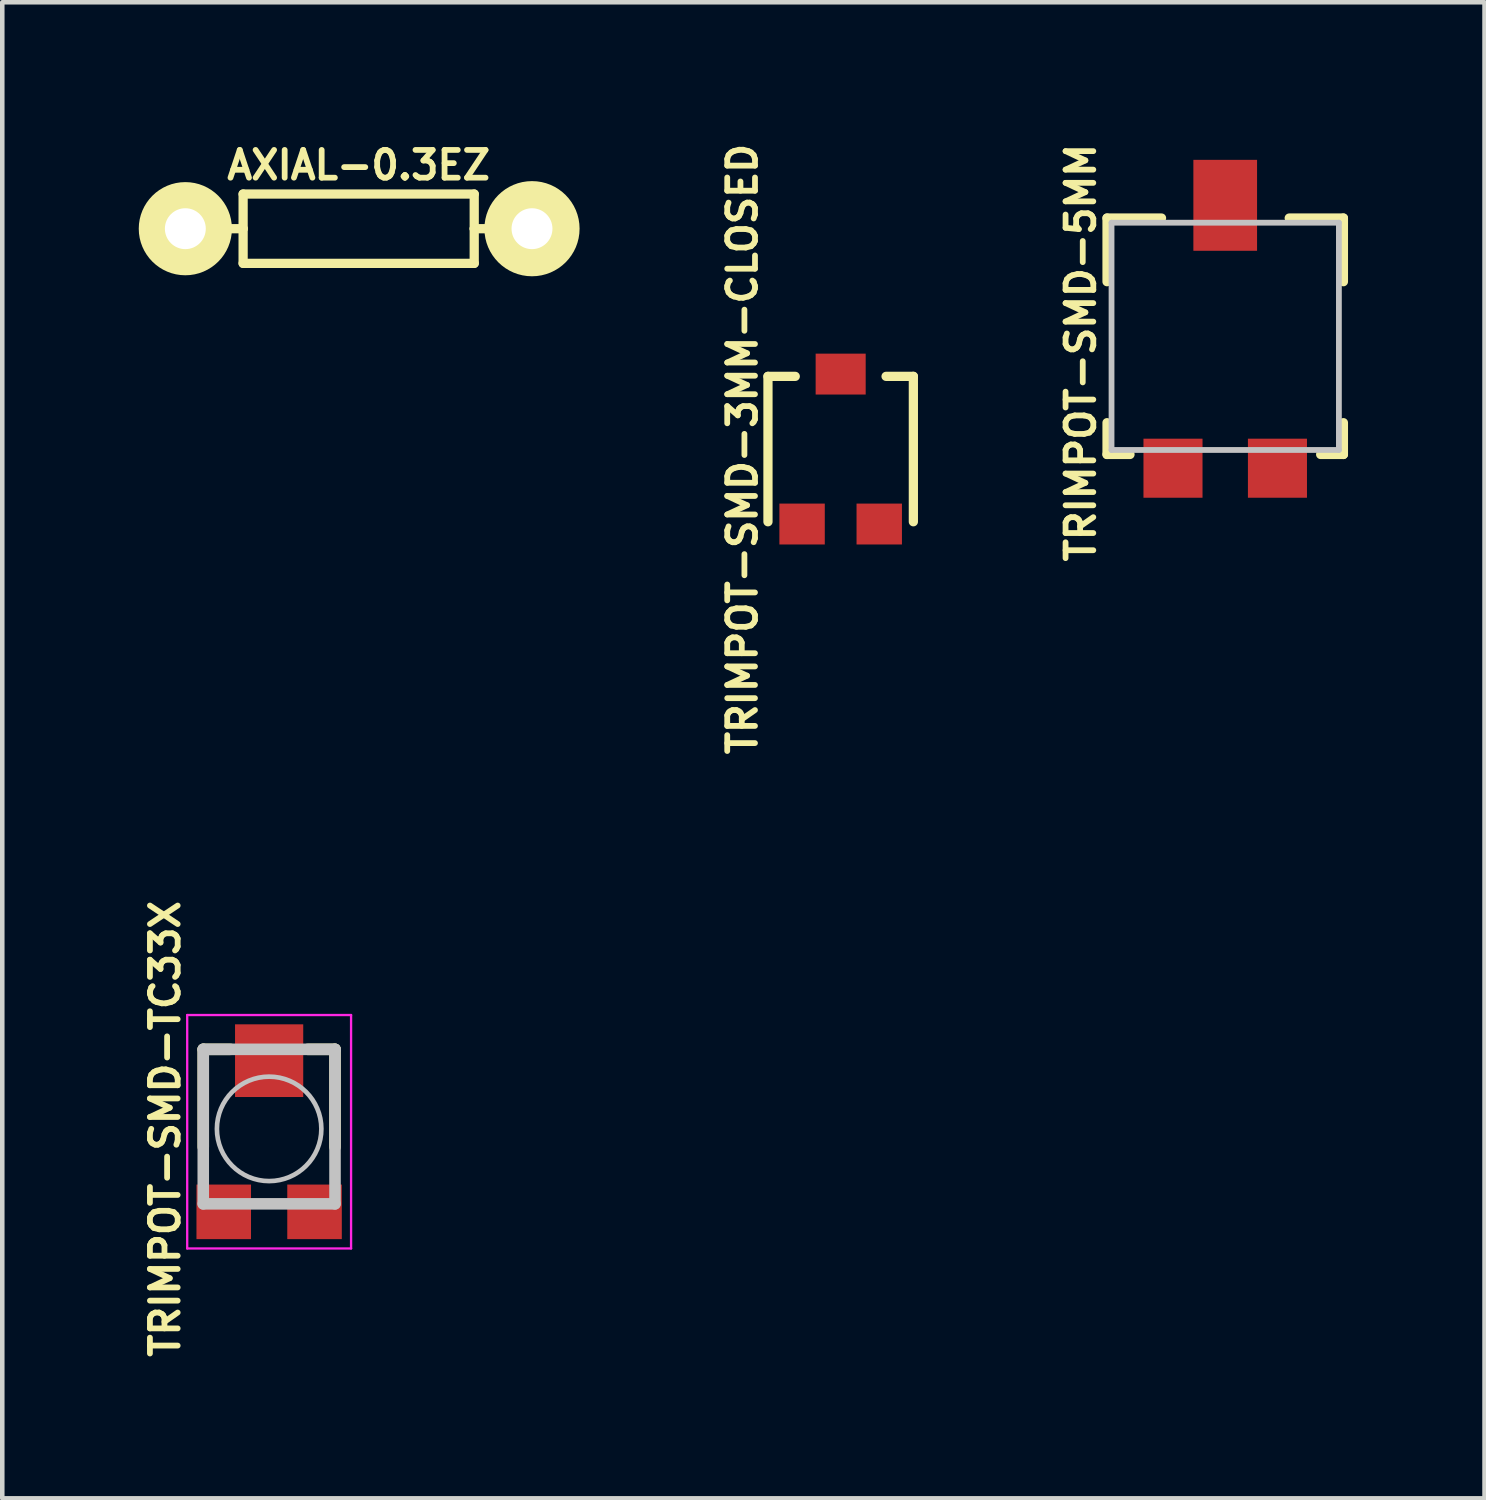
<source format=kicad_pcb>
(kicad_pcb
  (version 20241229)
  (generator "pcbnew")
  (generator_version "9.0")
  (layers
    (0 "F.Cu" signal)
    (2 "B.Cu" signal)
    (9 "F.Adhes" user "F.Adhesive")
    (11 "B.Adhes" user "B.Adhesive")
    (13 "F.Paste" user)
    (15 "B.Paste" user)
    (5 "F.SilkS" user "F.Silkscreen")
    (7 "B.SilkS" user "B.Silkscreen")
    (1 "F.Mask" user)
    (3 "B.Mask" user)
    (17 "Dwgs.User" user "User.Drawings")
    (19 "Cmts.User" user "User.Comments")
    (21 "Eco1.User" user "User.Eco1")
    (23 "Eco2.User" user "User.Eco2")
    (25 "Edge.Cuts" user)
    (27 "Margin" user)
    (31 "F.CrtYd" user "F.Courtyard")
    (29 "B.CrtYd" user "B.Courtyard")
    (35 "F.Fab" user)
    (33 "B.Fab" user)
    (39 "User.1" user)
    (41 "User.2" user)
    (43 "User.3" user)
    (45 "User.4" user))
  (footprint "TRIMPOT-SMD-5MM"
    (layer "F.Cu")
    (at 23.882 4.702)
    (property "Reference" "TRIMPOT-SMD-5MM" (at -3.175 0 90) (layer "F.SilkS") (effects (font (size 0.61 0.61) (thickness 0.127))))
    (attr smd)
    (fp_line (start -2.598 -2.959) (end -2.598 -1.56) (stroke (width 0.203) (type solid)) (layer "F.SilkS"))
    (fp_line (start -2.598 2.238) (end -2.598 1.539) (stroke (width 0.203) (type solid)) (layer "F.SilkS"))
    (fp_line (start -2.093 2.238) (end -2.598 2.238) (stroke (width 0.203) (type solid)) (layer "F.SilkS"))
    (fp_line (start -1.4 -2.959) (end -2.598 -2.959) (stroke (width 0.203) (type solid)) (layer "F.SilkS"))
    (fp_line (start 1.407 -2.959) (end 2.598 -2.959) (stroke (width 0.203) (type solid)) (layer "F.SilkS"))
    (fp_line (start 2.098 2.238) (end 2.598 2.238) (stroke (width 0.203) (type solid)) (layer "F.SilkS"))
    (fp_line (start 2.598 -2.959) (end 2.598 -1.56) (stroke (width 0.203) (type solid)) (layer "F.SilkS"))
    (fp_line (start 2.598 2.238) (end 2.598 1.539) (stroke (width 0.203) (type solid)) (layer "F.SilkS"))
    (fp_line (start -2.499 -2.857) (end 2.499 -2.857) (stroke (width 0.127) (type solid)) (layer "Dwgs.User"))
    (fp_line (start -2.499 2.139) (end -2.499 -2.857) (stroke (width 0.127) (type solid)) (layer "Dwgs.User"))
    (fp_line (start 2.499 -2.857) (end 2.499 2.139) (stroke (width 0.127) (type solid)) (layer "Dwgs.User"))
    (fp_line (start 2.499 2.139) (end -2.499 2.139) (stroke (width 0.127) (type solid)) (layer "Dwgs.User"))
    (pad "A" smd rect (at 1.148 2.54) (size 1.298 1.298) (layers "F.Cu" "F.Mask" "F.Paste"))
    (pad "B" smd rect (at 0 -3.239 270) (size 1.999 1.4) (layers "F.Cu" "F.Mask" "F.Paste"))
    (pad "C" smd rect (at -1.148 2.54) (size 1.298 1.298) (layers "F.Cu" "F.Mask" "F.Paste")))
  (footprint "AXIAL-0.3EZ"
    (layer "F.Cu")
    (at 4.834 1.977)
    (property "Reference" "AXIAL-0.3EZ" (at 0 -1.397 0) (layer "F.SilkS") (effects (font (size 0.61 0.61) (thickness 0.127))))
    (attr exclude_from_pos_files exclude_from_bom)
    (fp_line (start -2.54 -0.762) (end 2.54 -0.762) (stroke (width 0.203) (type solid)) (layer "F.SilkS"))
    (fp_line (start -2.54 0) (end -2.794 0) (stroke (width 0.203) (type solid)) (layer "F.SilkS"))
    (fp_line (start -2.54 0) (end -2.54 -0.762) (stroke (width 0.203) (type solid)) (layer "F.SilkS"))
    (fp_line (start -2.54 0.762) (end -2.54 0) (stroke (width 0.203) (type solid)) (layer "F.SilkS"))
    (fp_line (start 2.54 -0.762) (end 2.54 0) (stroke (width 0.203) (type solid)) (layer "F.SilkS"))
    (fp_line (start 2.54 0) (end 2.54 0.762) (stroke (width 0.203) (type solid)) (layer "F.SilkS"))
    (fp_line (start 2.54 0) (end 2.794 0) (stroke (width 0.203) (type solid)) (layer "F.SilkS"))
    (fp_line (start 2.54 0.762) (end -2.54 0.762) (stroke (width 0.203) (type solid)) (layer "F.SilkS"))
    (fp_circle (center -3.81 0) (end -3.81 -1.024) (stroke (width 0) (type solid)) (fill yes) (layer "F.SilkS"))
    (fp_circle (center -3.81 0) (end -3.81 -0.508) (stroke (width 0) (type solid)) (fill yes) (layer "F.SilkS"))
    (fp_circle (center 3.81 0) (end 3.81 -1.046) (stroke (width 0) (type solid)) (fill yes) (layer "F.SilkS"))
    (fp_circle (center 3.81 0) (end 3.81 -0.523) (stroke (width 0) (type solid)) (fill yes) (layer "F.SilkS"))
    (pad "P$1" thru_hole circle (at -3.81 0) (size 1.88 1.88) (drill 0.899) (layers "*.Cu" "*.Mask"))
    (pad "P$2" thru_hole circle (at 3.81 0) (size 1.88 1.88) (drill 0.899) (layers "*.Cu" "*.Mask")))
  (footprint "TRIMPOT-SMD-TC33X"
    (layer "F.Cu")
    (at 2.866 21.764)
    (property "Reference" "TRIMPOT-SMD-TC33X" (at -2.286 0 90) (layer "F.SilkS") (effects (font (size 0.61 0.61) (thickness 0.127))))
    (attr smd)
    (fp_line (start -1.448 -1.748) (end -0.848 -1.748) (stroke (width 0.254) (type solid)) (layer "F.SilkS"))
    (fp_line (start -1.448 0.399) (end -1.448 -1.748) (stroke (width 0.254) (type solid)) (layer "F.SilkS"))
    (fp_line (start 1.448 -1.748) (end 0.848 -1.748) (stroke (width 0.254) (type solid)) (layer "F.SilkS"))
    (fp_line (start 1.448 0.399) (end 1.448 -1.748) (stroke (width 0.254) (type solid)) (layer "F.SilkS"))
    (fp_line (start -1.448 -1.748) (end -1.448 1.648) (stroke (width 0.254) (type solid)) (layer "Dwgs.User"))
    (fp_line (start -1.448 1.648) (end 1.448 1.648) (stroke (width 0.254) (type solid)) (layer "Dwgs.User"))
    (fp_line (start 1.448 -1.748) (end -1.448 -1.748) (stroke (width 0.254) (type solid)) (layer "Dwgs.User"))
    (fp_line (start 1.448 1.648) (end 1.448 -1.748) (stroke (width 0.254) (type solid)) (layer "Dwgs.User"))
    (fp_circle (center 0 0) (end 0 -1.148) (stroke (width 0.102) (type solid)) (fill no) (layer "Dwgs.User"))
    (fp_line (start -1.801 -2.502) (end 1.801 -2.502) (stroke (width 0.051) (type solid)) (layer "F.CrtYd"))
    (fp_line (start -1.801 2.629) (end -1.801 -2.502) (stroke (width 0.051) (type solid)) (layer "F.CrtYd"))
    (fp_line (start 1.801 -2.502) (end 1.801 2.629) (stroke (width 0.051) (type solid)) (layer "F.CrtYd"))
    (fp_line (start 1.801 2.629) (end -1.801 2.629) (stroke (width 0.051) (type solid)) (layer "F.CrtYd"))
    (pad "1" smd rect (at -0.998 1.824) (size 1.199 1.199) (layers "F.Cu" "F.Mask" "F.Paste"))
    (pad "2" smd rect (at 0 -1.499) (size 1.499 1.598) (layers "F.Cu" "F.Mask" "F.Paste"))
    (pad "3" smd rect (at 0.998 1.824) (size 1.199 1.199) (layers "F.Cu" "F.Mask" "F.Paste")))
  (footprint "TRIMPOT-SMD-3MM-CLOSED"
    (layer "F.Cu")
    (at 15.429 6.821)
    (property "Reference" "TRIMPOT-SMD-3MM-CLOSED" (at -2.159 0 90) (layer "F.SilkS") (effects (font (size 0.61 0.61) (thickness 0.127))))
    (attr smd)
    (fp_line (start -1.598 -1.598) (end -1.598 1.598) (stroke (width 0.203) (type solid)) (layer "F.SilkS"))
    (fp_line (start -0.998 -1.598) (end -1.598 -1.598) (stroke (width 0.203) (type solid)) (layer "F.SilkS"))
    (fp_line (start 0.998 -1.598) (end 1.598 -1.598) (stroke (width 0.203) (type solid)) (layer "F.SilkS"))
    (fp_line (start 1.598 -1.598) (end 1.598 1.598) (stroke (width 0.203) (type solid)) (layer "F.SilkS"))
    (pad "1" smd rect (at -0.848 1.648) (size 0.998 0.899) (layers "F.Cu" "F.Mask" "F.Paste"))
    (pad "2" smd rect (at 0 -1.648) (size 1.1 0.899) (layers "F.Cu" "F.Mask" "F.Paste"))
    (pad "3" smd rect (at 0.848 1.648) (size 0.998 0.899) (layers "F.Cu" "F.Mask" "F.Paste")))
  (gr_rect
    (start -3 -3)
    (end 29.582 29.886)
    (stroke (width 0.1) (type default))
    (fill no)
    (layer "Edge.Cuts")))
</source>
